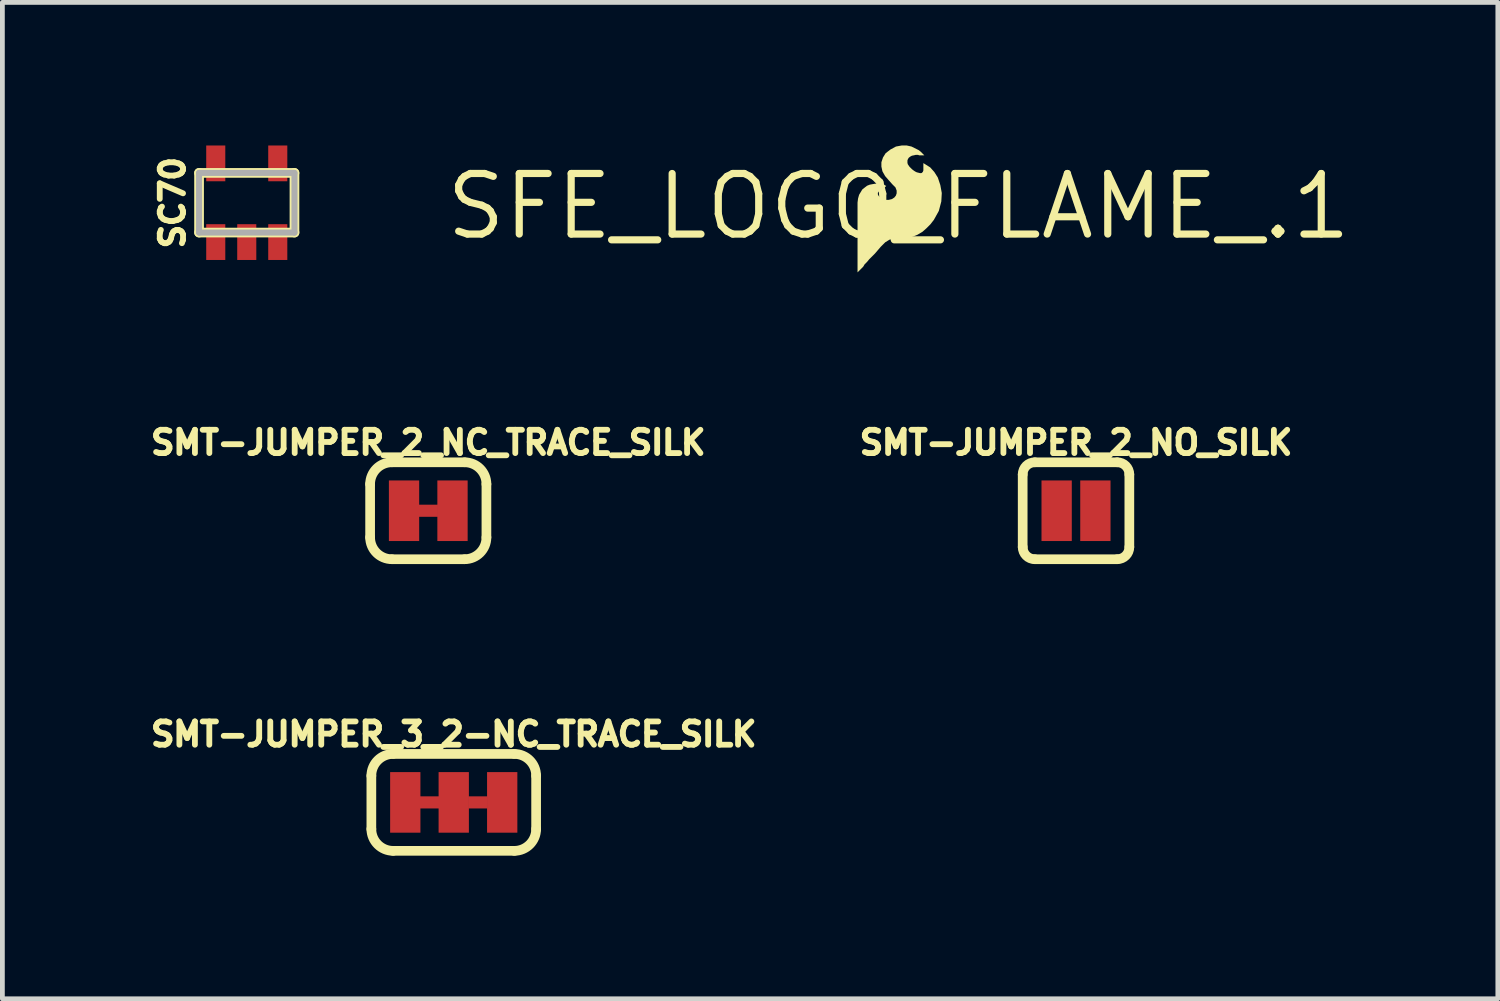
<source format=kicad_pcb>
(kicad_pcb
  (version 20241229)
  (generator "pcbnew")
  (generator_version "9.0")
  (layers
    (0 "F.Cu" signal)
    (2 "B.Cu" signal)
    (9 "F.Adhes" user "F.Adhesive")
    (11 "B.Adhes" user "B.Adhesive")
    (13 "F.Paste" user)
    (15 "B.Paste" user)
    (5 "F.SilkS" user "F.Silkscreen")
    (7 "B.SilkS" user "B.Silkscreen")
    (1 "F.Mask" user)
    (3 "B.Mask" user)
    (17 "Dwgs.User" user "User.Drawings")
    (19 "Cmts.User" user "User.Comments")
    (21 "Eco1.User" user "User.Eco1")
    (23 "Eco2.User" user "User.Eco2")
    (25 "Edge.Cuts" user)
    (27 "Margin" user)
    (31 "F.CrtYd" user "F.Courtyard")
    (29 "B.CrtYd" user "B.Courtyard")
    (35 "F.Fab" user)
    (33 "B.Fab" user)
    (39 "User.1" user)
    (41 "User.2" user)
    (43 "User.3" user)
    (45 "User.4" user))
  (footprint "SMT-JUMPER_2_NO_SILK"
    (layer "F.Cu")
    (at 19.507 7.657)
    (property "Reference" "SMT-JUMPER_2_NO_SILK" (at 0 -1.143 0) (layer "F.SilkS") (effects (font (size 0.488 0.488) (thickness 0.122)) (justify bottom)))
    (fp_line (start -1.118 0.762) (end -1.118 -0.762) (stroke (width 0.203) (type solid)) (layer "F.SilkS"))
    (fp_line (start -0.864 -1.016) (end 0.864 -1.016) (stroke (width 0.203) (type solid)) (layer "F.SilkS"))
    (fp_line (start 0.864 1.016) (end -0.864 1.016) (stroke (width 0.203) (type solid)) (layer "F.SilkS"))
    (fp_line (start 1.118 0.762) (end 1.118 -0.762) (stroke (width 0.203) (type solid)) (layer "F.SilkS"))
    (fp_arc (start -1.1176 -0.762) (mid -1.043205 -0.941605) (end -0.8636 -1.016) (stroke (width 0.2032) (type solid)) (layer "F.SilkS"))
    (fp_arc (start -0.8636 1.016) (mid -1.043205 0.941605) (end -1.1176 0.762) (stroke (width 0.2032) (type solid)) (layer "F.SilkS"))
    (fp_arc (start 0.8636 -1.016) (mid 1.043205 -0.941605) (end 1.1176 -0.762) (stroke (width 0.2032) (type solid)) (layer "F.SilkS"))
    (fp_arc (start 1.1176 0.762) (mid 1.043205 0.941605) (end 0.8636 1.016) (stroke (width 0.2032) (type solid)) (layer "F.SilkS"))
    (pad "1" smd rect (at -0.406 0) (size 0.635 1.27) (layers "F.Cu" "F.Mask"))
    (pad "2" smd rect (at 0.406 0) (size 0.635 1.27) (layers "F.Cu" "F.Mask")))
  (footprint "SMT-JUMPER_3_2-NC_TRACE_SILK"
    (layer "F.Cu")
    (at 6.462 13.771)
    (property "Reference" "SMT-JUMPER_3_2-NC_TRACE_SILK" (at 0 -1.143 0) (layer "F.SilkS") (effects (font (size 0.488 0.488) (thickness 0.122)) (justify bottom)))
    (fp_poly (pts (xy -0.711 0.127) (xy -0.305 0.127) (xy -0.305 -0.127) (xy -0.711 -0.127)) (stroke (width 0) (type default)) (fill yes) (layer "F.Cu"))
    (fp_poly (pts (xy 0.305 0.127) (xy 0.711 0.127) (xy 0.711 -0.127) (xy 0.305 -0.127)) (stroke (width 0) (type default)) (fill yes) (layer "F.Cu"))
    (fp_poly (pts (xy 0.762 0.191) (xy -0.762 0.191) (xy -0.762 -0.191) (xy 0.762 -0.191)) (stroke (width 0) (type default)) (fill yes) (layer "F.Mask"))
    (fp_line (start -1.727 0.559) (end -1.727 -0.559) (stroke (width 0.203) (type solid)) (layer "F.SilkS"))
    (fp_line (start -1.27 -1.016) (end 1.27 -1.016) (stroke (width 0.203) (type solid)) (layer "F.SilkS"))
    (fp_line (start 1.27 1.016) (end -1.27 1.016) (stroke (width 0.203) (type solid)) (layer "F.SilkS"))
    (fp_line (start 1.727 0.559) (end 1.727 -0.559) (stroke (width 0.203) (type solid)) (layer "F.SilkS"))
    (fp_arc (start -1.7272 -0.5588) (mid -1.593289 -0.882089) (end -1.27 -1.016) (stroke (width 0.2032) (type solid)) (layer "F.SilkS"))
    (fp_arc (start -1.27 1.016) (mid -1.593289 0.882089) (end -1.7272 0.5588) (stroke (width 0.2032) (type solid)) (layer "F.SilkS"))
    (fp_arc (start 1.27 -1.016) (mid 1.593289 -0.882089) (end 1.7272 -0.5588) (stroke (width 0.2032) (type solid)) (layer "F.SilkS"))
    (fp_arc (start 1.7272 0.5588) (mid 1.593289 0.882089) (end 1.27 1.016) (stroke (width 0.2032) (type solid)) (layer "F.SilkS"))
    (pad "1" smd rect (at -1.016 0) (size 0.635 1.27) (layers "F.Cu" "F.Mask"))
    (pad "2" smd rect (at 0 0) (size 0.635 1.27) (layers "F.Cu" "F.Mask"))
    (pad "3" smd rect (at 1.016 0) (size 0.635 1.27) (layers "F.Cu" "F.Mask")))
  (footprint "SFE_LOGO_FLAME_.1"
    (layer "F.Cu")
    (at 15.788 1.277)
    (property "Reference" "SFE_LOGO_FLAME_.1" (at 0 0 0) (layer "F.SilkS") (effects (font (size 1.27 1.27) (thickness 0.15))))
    (fp_poly (pts (xy 0.27 -1.255) (xy 0.417 -1.182) (xy 0.462 -1.148) (xy 0.539 -1.071) (xy 0.428 -1.071) (xy 0.408 -1.081) (xy 0.362 -1.081) (xy 0.325 -1.072) (xy 0.279 -1.063) (xy 0.247 -1.046) (xy 0.215 -1.022) (xy 0.2 -1) (xy 0.192 -0.984) (xy 0.185 -0.963) (xy 0.185 -0.914) (xy 0.192 -0.885) (xy 0.227 -0.833) (xy 0.282 -0.778) (xy 0.319 -0.75) (xy 0.346 -0.732) (xy 0.38 -0.715) (xy 0.452 -0.697) (xy 0.471 -0.697) (xy 0.486 -0.702) (xy 0.506 -0.722) (xy 0.512 -0.734) (xy 0.519 -0.755) (xy 0.519 -0.908) (xy 0.662 -0.818) (xy 0.748 -0.722) (xy 0.822 -0.605) (xy 0.874 -0.449) (xy 0.905 -0.281) (xy 0.895 -0.103) (xy 0.843 0.095) (xy 0.739 0.282) (xy 0.666 0.376) (xy 0.583 0.459) (xy 0.5 0.532) (xy 0.394 0.595) (xy 0.289 0.637) (xy 0.175 0.668) (xy 0.05 0.689) (xy -0.14 0.689) (xy -0.19 0.697) (xy -0.279 0.751) (xy -0.375 0.847) (xy -0.495 0.987) (xy -0.615 1.107) (xy -0.665 1.167) (xy -0.713 1.215) (xy -0.743 1.265) (xy -0.861 1.383) (xy -0.861 -0.081) (xy -0.85 -0.167) (xy -0.828 -0.244) (xy -0.762 -0.354) (xy -0.706 -0.399) (xy -0.662 -0.433) (xy -0.604 -0.456) (xy -0.55 -0.466) (xy -0.486 -0.477) (xy -0.354 -0.477) (xy -0.259 -0.429) (xy -0.31 -0.378) (xy -0.358 -0.354) (xy -0.382 -0.346) (xy -0.43 -0.298) (xy -0.435 -0.283) (xy -0.435 -0.255) (xy -0.428 -0.236) (xy -0.413 -0.213) (xy -0.362 -0.161) (xy -0.322 -0.146) (xy -0.279 -0.137) (xy -0.208 -0.137) (xy -0.139 -0.154) (xy -0.089 -0.187) (xy -0.057 -0.227) (xy -0.041 -0.275) (xy -0.041 -0.332) (xy -0.066 -0.398) (xy -0.131 -0.463) (xy -0.212 -0.554) (xy -0.284 -0.637) (xy -0.339 -0.735) (xy -0.361 -0.835) (xy -0.361 -0.925) (xy -0.328 -1.025) (xy -0.272 -1.115) (xy -0.174 -1.191) (xy -0.056 -1.255) (xy 0.064 -1.277) (xy 0.171 -1.277)) (stroke (width 0) (type default)) (fill yes) (layer "F.SilkS")))
  (footprint "SMT-JUMPER_2_NC_TRACE_SILK"
    (layer "F.Cu")
    (at 5.928 7.657)
    (property "Reference" "SMT-JUMPER_2_NC_TRACE_SILK" (at 0 -1.143 0) (layer "F.SilkS") (effects (font (size 0.488 0.488) (thickness 0.122)) (justify bottom)))
    (fp_poly (pts (xy -0.203 0.127) (xy 0.203 0.127) (xy 0.203 -0.127) (xy -0.203 -0.127)) (stroke (width 0) (type default)) (fill yes) (layer "F.Cu"))
    (fp_poly (pts (xy 0.254 0.191) (xy -0.254 0.191) (xy -0.254 -0.191) (xy 0.254 -0.191)) (stroke (width 0) (type default)) (fill yes) (layer "F.Mask"))
    (fp_line (start -1.219 0.559) (end -1.219 -0.559) (stroke (width 0.203) (type solid)) (layer "F.SilkS"))
    (fp_line (start -0.762 -1.016) (end 0.762 -1.016) (stroke (width 0.203) (type solid)) (layer "F.SilkS"))
    (fp_line (start 0.762 1.016) (end -0.762 1.016) (stroke (width 0.203) (type solid)) (layer "F.SilkS"))
    (fp_line (start 1.219 0.559) (end 1.219 -0.559) (stroke (width 0.203) (type solid)) (layer "F.SilkS"))
    (fp_arc (start -1.2192 -0.5588) (mid -1.085289 -0.882089) (end -0.762 -1.016) (stroke (width 0.2032) (type solid)) (layer "F.SilkS"))
    (fp_arc (start -0.762 1.016) (mid -1.085289 0.882089) (end -1.2192 0.5588) (stroke (width 0.2032) (type solid)) (layer "F.SilkS"))
    (fp_arc (start 0.762 -1.016) (mid 1.085289 -0.882089) (end 1.2192 -0.5588) (stroke (width 0.2032) (type solid)) (layer "F.SilkS"))
    (fp_arc (start 1.2192 0.5588) (mid 1.085289 0.882089) (end 0.762 1.016) (stroke (width 0.2032) (type solid)) (layer "F.SilkS"))
    (pad "1" smd rect (at -0.508 0) (size 0.635 1.27) (layers "F.Cu" "F.Mask"))
    (pad "2" smd rect (at 0.508 0) (size 0.635 1.27) (layers "F.Cu" "F.Mask")))
  (footprint "SC70"
    (layer "F.Cu")
    (at 2.123 1.2)
    (property "Reference" "SC70" (at -1.27 0 90) (layer "F.SilkS") (effects (font (size 0.488 0.488) (thickness 0.122)) (justify bottom)))
    (fp_line (start -1 -0.625) (end 1 -0.625) (stroke (width 0.203) (type solid)) (layer "F.SilkS"))
    (fp_line (start -1 0.625) (end -1 -0.625) (stroke (width 0.203) (type solid)) (layer "F.SilkS"))
    (fp_line (start -1 0.625) (end 1 0.625) (stroke (width 0.203) (type solid)) (layer "F.SilkS"))
    (fp_line (start 1 -0.625) (end 1 0.625) (stroke (width 0.203) (type solid)) (layer "F.SilkS"))
    (fp_poly (pts (xy -0.85 -0.45) (xy -0.45 -0.45) (xy -0.45 -1.2) (xy -0.85 -1.2)) (stroke (width 0) (type default)) (fill yes) (layer "F.Paste"))
    (fp_poly (pts (xy -0.838 1.168) (xy -0.508 1.168) (xy -0.508 0.483) (xy -0.838 0.483)) (stroke (width 0) (type default)) (fill yes) (layer "F.Paste"))
    (fp_poly (pts (xy -0.165 1.168) (xy 0.165 1.168) (xy 0.165 0.483) (xy -0.165 0.483)) (stroke (width 0) (type default)) (fill yes) (layer "F.Paste"))
    (fp_poly (pts (xy 0.45 -0.45) (xy 0.85 -0.45) (xy 0.85 -1.2) (xy 0.45 -1.2)) (stroke (width 0) (type default)) (fill yes) (layer "F.Paste"))
    (fp_poly (pts (xy 0.508 1.168) (xy 0.838 1.168) (xy 0.838 0.483) (xy 0.508 0.483)) (stroke (width 0) (type default)) (fill yes) (layer "F.Paste"))
    (fp_line (start -1 -0.625) (end 1 -0.625) (stroke (width 0.127) (type solid)) (layer "F.Fab"))
    (fp_line (start -1 0.625) (end -1 -0.625) (stroke (width 0.127) (type solid)) (layer "F.Fab"))
    (fp_line (start -1 0.625) (end 1 0.625) (stroke (width 0.127) (type solid)) (layer "F.Fab"))
    (fp_line (start 1 -0.625) (end 1 0.625) (stroke (width 0.127) (type solid)) (layer "F.Fab"))
    (pad "1" smd rect (at -0.65 0.825) (size 0.4 0.75) (layers "F.Cu" "F.Mask"))
    (pad "2" smd rect (at 0 0.825) (size 0.4 0.75) (layers "F.Cu" "F.Mask"))
    (pad "3" smd rect (at 0.65 0.825) (size 0.4 0.75) (layers "F.Cu" "F.Mask"))
    (pad "4" smd rect (at 0.65 -0.825) (size 0.4 0.75) (layers "F.Cu" "F.Mask"))
    (pad "5" smd rect (at -0.65 -0.825) (size 0.4 0.75) (layers "F.Cu" "F.Mask")))
  (gr_rect
    (start -3 -3)
    (end 28.35 17.888)
    (stroke (width 0.1) (type default))
    (fill no)
    (layer "Edge.Cuts")))
</source>
